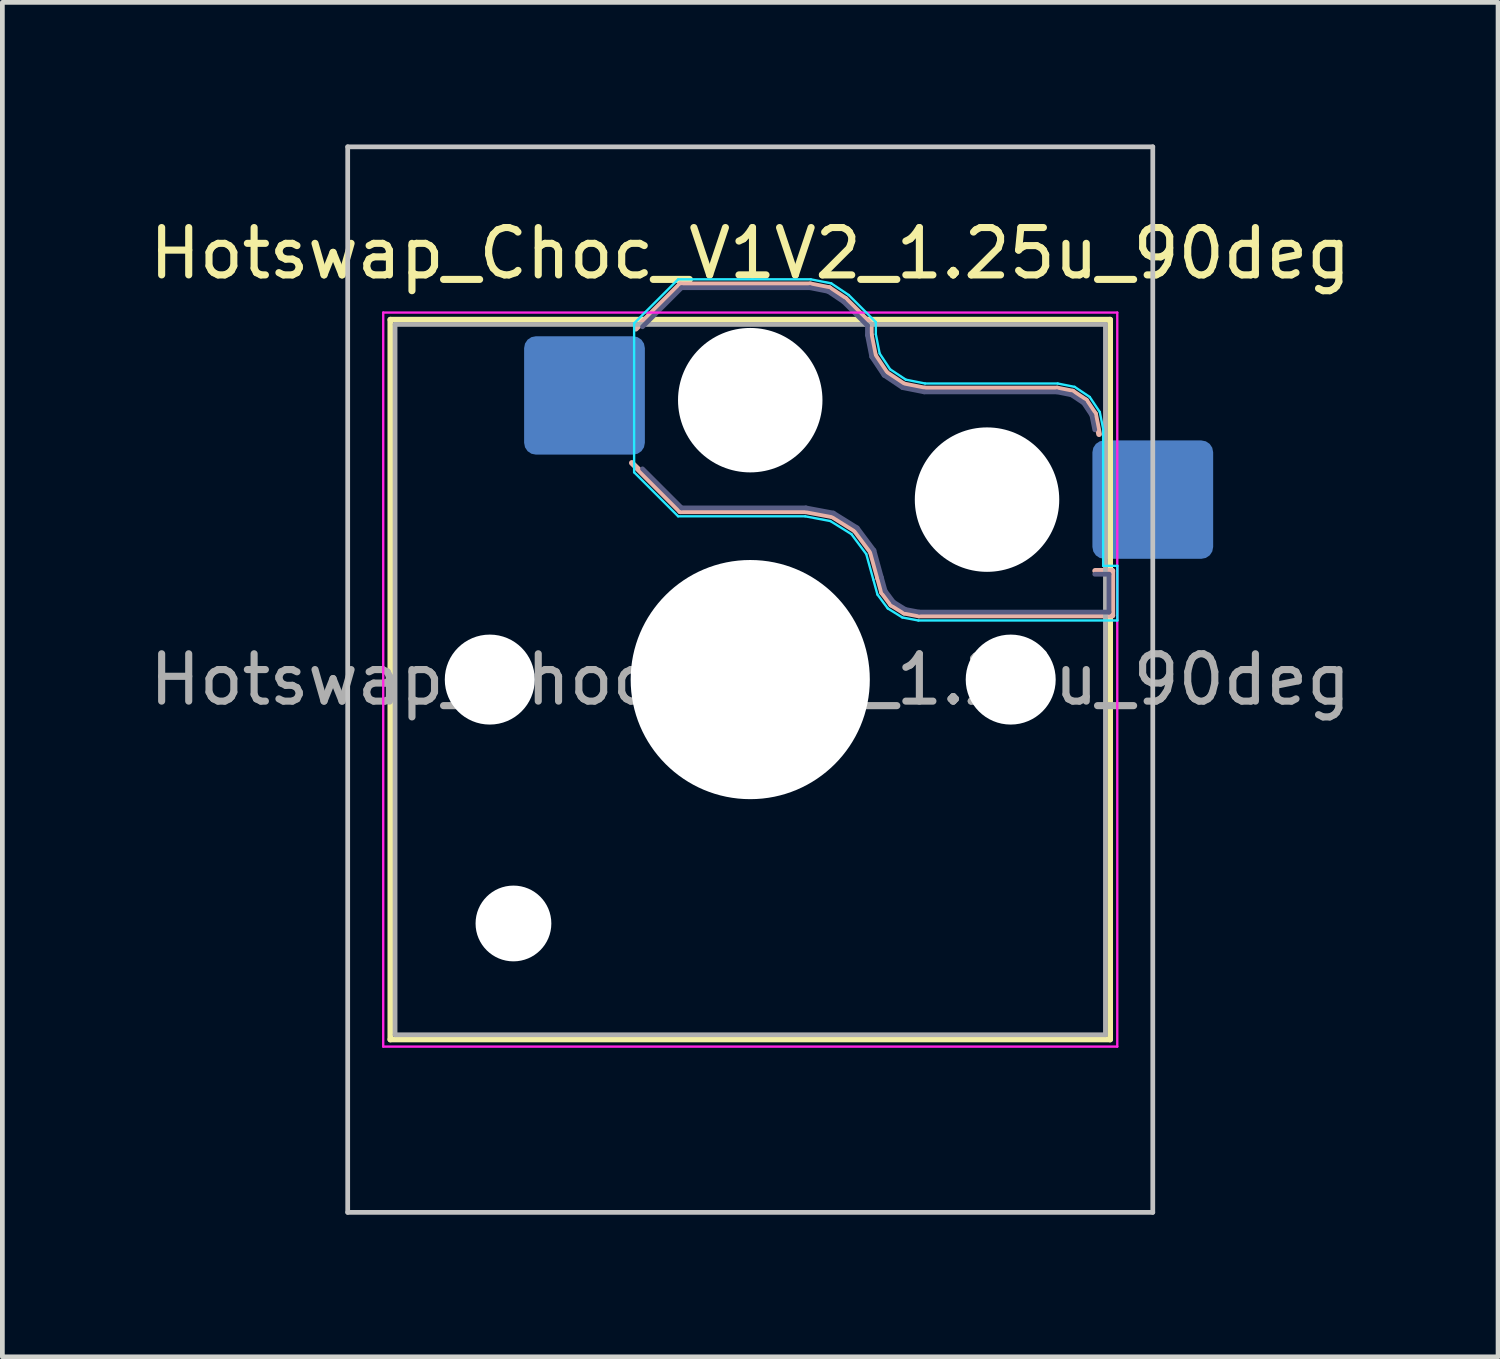
<source format=kicad_pcb>
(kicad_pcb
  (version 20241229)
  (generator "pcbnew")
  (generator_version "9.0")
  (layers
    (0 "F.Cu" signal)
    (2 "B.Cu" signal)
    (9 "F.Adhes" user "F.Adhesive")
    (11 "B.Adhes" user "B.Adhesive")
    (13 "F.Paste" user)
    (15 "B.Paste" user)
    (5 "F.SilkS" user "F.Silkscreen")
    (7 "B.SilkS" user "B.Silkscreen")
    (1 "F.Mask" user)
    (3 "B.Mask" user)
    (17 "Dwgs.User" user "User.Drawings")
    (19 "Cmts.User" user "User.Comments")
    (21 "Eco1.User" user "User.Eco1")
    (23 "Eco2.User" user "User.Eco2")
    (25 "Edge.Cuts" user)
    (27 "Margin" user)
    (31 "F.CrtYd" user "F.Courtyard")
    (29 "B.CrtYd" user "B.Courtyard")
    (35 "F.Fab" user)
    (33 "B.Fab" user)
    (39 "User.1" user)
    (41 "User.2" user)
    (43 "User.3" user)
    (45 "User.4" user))
  (footprint "Hotswap_Choc_V1V2_1.25u_90deg"
    (layer "F.Cu")
    (at 12.792 11.3)
    (property "Reference" "Hotswap_Choc_V1V2_1.25u_90deg" (at 0 -9 0) (layer "F.SilkS") (effects (font (size 1 1) (thickness 0.15))))
    (attr smd)
    (fp_line (start -7.6 -7.6) (end -7.6 7.6) (stroke (width 0.12) (type solid)) (layer "F.SilkS"))
    (fp_line (start -7.6 7.6) (end 7.6 7.6) (stroke (width 0.12) (type solid)) (layer "F.SilkS"))
    (fp_line (start 7.6 -7.6) (end -7.6 -7.6) (stroke (width 0.12) (type solid)) (layer "F.SilkS"))
    (fp_line (start 7.6 7.6) (end 7.6 -7.6) (stroke (width 0.12) (type solid)) (layer "F.SilkS"))
    (fp_line (start -2.416 -7.409) (end -1.479 -8.346) (stroke (width 0.12) (type solid)) (layer "B.SilkS"))
    (fp_line (start -1.479 -8.346) (end 1.268 -8.346) (stroke (width 0.12) (type solid)) (layer "B.SilkS"))
    (fp_line (start -1.479 -3.554) (end -2.5 -4.575) (stroke (width 0.12) (type solid)) (layer "B.SilkS"))
    (fp_line (start 1.168 -3.554) (end -1.479 -3.554) (stroke (width 0.12) (type solid)) (layer "B.SilkS"))
    (fp_line (start 1.268 -8.346) (end 1.671 -8.266) (stroke (width 0.12) (type solid)) (layer "B.SilkS"))
    (fp_line (start 1.671 -8.266) (end 2.013 -8.037) (stroke (width 0.12) (type solid)) (layer "B.SilkS"))
    (fp_line (start 1.73 -3.449) (end 1.168 -3.554) (stroke (width 0.12) (type solid)) (layer "B.SilkS"))
    (fp_line (start 2.013 -8.037) (end 2.546 -7.504) (stroke (width 0.12) (type solid)) (layer "B.SilkS"))
    (fp_line (start 2.209 -3.15) (end 1.73 -3.449) (stroke (width 0.12) (type solid)) (layer "B.SilkS"))
    (fp_line (start 2.546 -7.504) (end 2.546 -7.282) (stroke (width 0.12) (type solid)) (layer "B.SilkS"))
    (fp_line (start 2.546 -7.282) (end 2.633 -6.844) (stroke (width 0.12) (type solid)) (layer "B.SilkS"))
    (fp_line (start 2.547 -2.697) (end 2.209 -3.15) (stroke (width 0.12) (type solid)) (layer "B.SilkS"))
    (fp_line (start 2.633 -6.844) (end 2.877 -6.477) (stroke (width 0.12) (type solid)) (layer "B.SilkS"))
    (fp_line (start 2.701 -2.139) (end 2.547 -2.697) (stroke (width 0.12) (type solid)) (layer "B.SilkS"))
    (fp_line (start 2.783 -1.841) (end 2.701 -2.139) (stroke (width 0.12) (type solid)) (layer "B.SilkS"))
    (fp_line (start 2.877 -6.477) (end 3.244 -6.233) (stroke (width 0.12) (type solid)) (layer "B.SilkS"))
    (fp_line (start 2.976 -1.583) (end 2.783 -1.841) (stroke (width 0.12) (type solid)) (layer "B.SilkS"))
    (fp_line (start 3.244 -6.233) (end 3.682 -6.146) (stroke (width 0.12) (type solid)) (layer "B.SilkS"))
    (fp_line (start 3.25 -1.413) (end 2.976 -1.583) (stroke (width 0.12) (type solid)) (layer "B.SilkS"))
    (fp_line (start 3.56 -1.354) (end 3.25 -1.413) (stroke (width 0.12) (type solid)) (layer "B.SilkS"))
    (fp_line (start 3.682 -6.146) (end 6.482 -6.146) (stroke (width 0.12) (type solid)) (layer "B.SilkS"))
    (fp_line (start 6.482 -6.146) (end 6.809 -6.081) (stroke (width 0.12) (type solid)) (layer "B.SilkS"))
    (fp_line (start 6.809 -6.081) (end 7.092 -5.892) (stroke (width 0.12) (type solid)) (layer "B.SilkS"))
    (fp_line (start 7.092 -5.892) (end 7.281 -5.609) (stroke (width 0.12) (type solid)) (layer "B.SilkS"))
    (fp_line (start 7.281 -5.609) (end 7.366 -5.182) (stroke (width 0.12) (type solid)) (layer "B.SilkS"))
    (fp_line (start 7.283 -2.296) (end 7.646 -2.296) (stroke (width 0.12) (type solid)) (layer "B.SilkS"))
    (fp_line (start 7.646 -2.296) (end 7.646 -1.354) (stroke (width 0.12) (type solid)) (layer "B.SilkS"))
    (fp_line (start 7.646 -1.354) (end 3.56 -1.354) (stroke (width 0.12) (type solid)) (layer "B.SilkS"))
    (fp_line (start -8.5 -11.25) (end 8.5 -11.25) (stroke (width 0.1) (type solid)) (layer "Dwgs.User"))
    (fp_line (start -8.5 11.25) (end -8.5 -11.25) (stroke (width 0.1) (type solid)) (layer "Dwgs.User"))
    (fp_line (start 8.5 -11.25) (end 8.5 11.25) (stroke (width 0.1) (type solid)) (layer "Dwgs.User"))
    (fp_line (start 8.5 11.25) (end -8.5 11.25) (stroke (width 0.1) (type solid)) (layer "Dwgs.User"))
    (fp_line (start -7.25 -7.25) (end -7.25 7.25) (stroke (width 0.1) (type solid)) (layer "Eco1.User"))
    (fp_line (start -7.25 7.25) (end 7.25 7.25) (stroke (width 0.1) (type solid)) (layer "Eco1.User"))
    (fp_line (start 7.25 -7.25) (end -7.25 -7.25) (stroke (width 0.1) (type solid)) (layer "Eco1.User"))
    (fp_line (start 7.25 7.25) (end 7.25 -7.25) (stroke (width 0.1) (type solid)) (layer "Eco1.User"))
    (fp_line (start -2.452 -7.523) (end -1.523 -8.452) (stroke (width 0.05) (type solid)) (layer "B.CrtYd"))
    (fp_line (start -2.452 -4.377) (end -2.452 -7.523) (stroke (width 0.05) (type solid)) (layer "B.CrtYd"))
    (fp_line (start -1.523 -8.452) (end 1.278 -8.452) (stroke (width 0.05) (type solid)) (layer "B.CrtYd"))
    (fp_line (start -1.523 -3.448) (end -2.452 -4.377) (stroke (width 0.05) (type solid)) (layer "B.CrtYd"))
    (fp_line (start 1.159 -3.448) (end -1.523 -3.448) (stroke (width 0.05) (type solid)) (layer "B.CrtYd"))
    (fp_line (start 1.278 -8.452) (end 1.712 -8.366) (stroke (width 0.05) (type solid)) (layer "B.CrtYd"))
    (fp_line (start 1.691 -3.348) (end 1.159 -3.448) (stroke (width 0.05) (type solid)) (layer "B.CrtYd"))
    (fp_line (start 1.712 -8.366) (end 2.081 -8.119) (stroke (width 0.05) (type solid)) (layer "B.CrtYd"))
    (fp_line (start 2.081 -8.119) (end 2.652 -7.548) (stroke (width 0.05) (type solid)) (layer "B.CrtYd"))
    (fp_line (start 2.136 -3.071) (end 1.691 -3.348) (stroke (width 0.05) (type solid)) (layer "B.CrtYd"))
    (fp_line (start 2.45 -2.65) (end 2.136 -3.071) (stroke (width 0.05) (type solid)) (layer "B.CrtYd"))
    (fp_line (start 2.599 -2.111) (end 2.45 -2.65) (stroke (width 0.05) (type solid)) (layer "B.CrtYd"))
    (fp_line (start 2.652 -7.548) (end 2.652 -7.292) (stroke (width 0.05) (type solid)) (layer "B.CrtYd"))
    (fp_line (start 2.652 -7.292) (end 2.733 -6.885) (stroke (width 0.05) (type solid)) (layer "B.CrtYd"))
    (fp_line (start 2.687 -1.794) (end 2.599 -2.111) (stroke (width 0.05) (type solid)) (layer "B.CrtYd"))
    (fp_line (start 2.733 -6.885) (end 2.953 -6.553) (stroke (width 0.05) (type solid)) (layer "B.CrtYd"))
    (fp_line (start 2.903 -1.503) (end 2.687 -1.794) (stroke (width 0.05) (type solid)) (layer "B.CrtYd"))
    (fp_line (start 2.953 -6.553) (end 3.285 -6.333) (stroke (width 0.05) (type solid)) (layer "B.CrtYd"))
    (fp_line (start 3.211 -1.312) (end 2.903 -1.503) (stroke (width 0.05) (type solid)) (layer "B.CrtYd"))
    (fp_line (start 3.285 -6.333) (end 3.692 -6.252) (stroke (width 0.05) (type solid)) (layer "B.CrtYd"))
    (fp_line (start 3.55 -1.248) (end 3.211 -1.312) (stroke (width 0.05) (type solid)) (layer "B.CrtYd"))
    (fp_line (start 3.692 -6.252) (end 6.492 -6.252) (stroke (width 0.05) (type solid)) (layer "B.CrtYd"))
    (fp_line (start 6.492 -6.252) (end 6.85 -6.181) (stroke (width 0.05) (type solid)) (layer "B.CrtYd"))
    (fp_line (start 6.85 -6.181) (end 7.168 -5.968) (stroke (width 0.05) (type solid)) (layer "B.CrtYd"))
    (fp_line (start 7.168 -5.968) (end 7.381 -5.65) (stroke (width 0.05) (type solid)) (layer "B.CrtYd"))
    (fp_line (start 7.381 -5.65) (end 7.452 -5.292) (stroke (width 0.05) (type solid)) (layer "B.CrtYd"))
    (fp_line (start 7.452 -5.292) (end 7.452 -2.402) (stroke (width 0.05) (type solid)) (layer "B.CrtYd"))
    (fp_line (start 7.452 -2.402) (end 7.752 -2.402) (stroke (width 0.05) (type solid)) (layer "B.CrtYd"))
    (fp_line (start 7.752 -2.402) (end 7.752 -1.248) (stroke (width 0.05) (type solid)) (layer "B.CrtYd"))
    (fp_line (start 7.752 -1.248) (end 3.55 -1.248) (stroke (width 0.05) (type solid)) (layer "B.CrtYd"))
    (fp_line (start -7.75 -7.75) (end -7.75 7.75) (stroke (width 0.05) (type solid)) (layer "F.CrtYd"))
    (fp_line (start -7.75 7.75) (end 7.75 7.75) (stroke (width 0.05) (type solid)) (layer "F.CrtYd"))
    (fp_line (start 7.75 -7.75) (end -7.75 -7.75) (stroke (width 0.05) (type solid)) (layer "F.CrtYd"))
    (fp_line (start 7.75 7.75) (end 7.75 -7.75) (stroke (width 0.05) (type solid)) (layer "F.CrtYd"))
    (fp_line (start -2.275 -7.45) (end -1.45 -8.275) (stroke (width 0.1) (type solid)) (layer "B.Fab"))
    (fp_line (start -1.45 -8.275) (end 1.261 -8.275) (stroke (width 0.1) (type solid)) (layer "B.Fab"))
    (fp_line (start -1.45 -3.625) (end -2.275 -4.45) (stroke (width 0.1) (type solid)) (layer "B.Fab"))
    (fp_line (start 1.175 -3.625) (end -1.45 -3.625) (stroke (width 0.1) (type solid)) (layer "B.Fab"))
    (fp_line (start 1.261 -8.275) (end 1.643 -8.199) (stroke (width 0.1) (type solid)) (layer "B.Fab"))
    (fp_line (start 1.643 -8.199) (end 1.968 -7.982) (stroke (width 0.1) (type solid)) (layer "B.Fab"))
    (fp_line (start 1.756 -3.516) (end 1.175 -3.625) (stroke (width 0.1) (type solid)) (layer "B.Fab"))
    (fp_line (start 1.968 -7.982) (end 2.475 -7.475) (stroke (width 0.1) (type solid)) (layer "B.Fab"))
    (fp_line (start 2.258 -3.203) (end 1.756 -3.516) (stroke (width 0.1) (type solid)) (layer "B.Fab"))
    (fp_line (start 2.475 -7.475) (end 2.475 -7.275) (stroke (width 0.1) (type solid)) (layer "B.Fab"))
    (fp_line (start 2.475 -7.275) (end 2.566 -6.816) (stroke (width 0.1) (type solid)) (layer "B.Fab"))
    (fp_line (start 2.566 -6.816) (end 2.826 -6.426) (stroke (width 0.1) (type solid)) (layer "B.Fab"))
    (fp_line (start 2.612 -2.729) (end 2.258 -3.203) (stroke (width 0.1) (type solid)) (layer "B.Fab"))
    (fp_line (start 2.769 -2.158) (end 2.612 -2.729) (stroke (width 0.1) (type solid)) (layer "B.Fab"))
    (fp_line (start 2.826 -6.426) (end 3.216 -6.166) (stroke (width 0.1) (type solid)) (layer "B.Fab"))
    (fp_line (start 2.848 -1.873) (end 2.769 -2.158) (stroke (width 0.1) (type solid)) (layer "B.Fab"))
    (fp_line (start 3.025 -1.636) (end 2.848 -1.873) (stroke (width 0.1) (type solid)) (layer "B.Fab"))
    (fp_line (start 3.216 -6.166) (end 3.675 -6.075) (stroke (width 0.1) (type solid)) (layer "B.Fab"))
    (fp_line (start 3.276 -1.48) (end 3.025 -1.636) (stroke (width 0.1) (type solid)) (layer "B.Fab"))
    (fp_line (start 3.567 -1.425) (end 3.276 -1.48) (stroke (width 0.1) (type solid)) (layer "B.Fab"))
    (fp_line (start 3.675 -6.075) (end 6.475 -6.075) (stroke (width 0.1) (type solid)) (layer "B.Fab"))
    (fp_line (start 6.475 -6.075) (end 6.781 -6.014) (stroke (width 0.1) (type solid)) (layer "B.Fab"))
    (fp_line (start 6.781 -6.014) (end 7.041 -5.841) (stroke (width 0.1) (type solid)) (layer "B.Fab"))
    (fp_line (start 7.041 -5.841) (end 7.214 -5.581) (stroke (width 0.1) (type solid)) (layer "B.Fab"))
    (fp_line (start 7.214 -5.581) (end 7.275 -5.275) (stroke (width 0.1) (type solid)) (layer "B.Fab"))
    (fp_line (start 7.275 -2.225) (end 7.575 -2.225) (stroke (width 0.1) (type solid)) (layer "B.Fab"))
    (fp_line (start 7.575 -2.225) (end 7.575 -1.425) (stroke (width 0.1) (type solid)) (layer "B.Fab"))
    (fp_line (start 7.575 -1.425) (end 3.567 -1.425) (stroke (width 0.1) (type solid)) (layer "B.Fab"))
    (fp_line (start -7.5 -7.5) (end -7.5 7.5) (stroke (width 0.1) (type solid)) (layer "F.Fab"))
    (fp_line (start -7.5 7.5) (end 7.5 7.5) (stroke (width 0.1) (type solid)) (layer "F.Fab"))
    (fp_line (start 7.5 -7.5) (end -7.5 -7.5) (stroke (width 0.1) (type solid)) (layer "F.Fab"))
    (fp_line (start 7.5 7.5) (end 7.5 -7.5) (stroke (width 0.1) (type solid)) (layer "F.Fab"))
    (fp_text user "${REFERENCE}" (at 0 0 0) (layer "F.Fab") (effects (font (size 1 1) (thickness 0.15))))
    (pad "" np_thru_hole circle (at -5.5 0) (size 1.9 1.9) (drill 1.9) (layers "*.Cu" "*.Mask"))
    (pad "" np_thru_hole circle (at -5 5.15) (size 1.6 1.6) (drill 1.6) (layers "*.Cu" "*.Mask"))
    (pad "" np_thru_hole circle (at 0 -5.9) (size 3.05 3.05) (drill 3.05) (layers "*.Cu" "*.Mask"))
    (pad "" np_thru_hole circle (at 0 0) (size 5.05 5.05) (drill 5.05) (layers "*.Cu" "*.Mask"))
    (pad "" np_thru_hole circle (at 5 -3.8) (size 3.05 3.05) (drill 3.05) (layers "*.Cu" "*.Mask"))
    (pad "" np_thru_hole circle (at 5.5 0) (size 1.9 1.9) (drill 1.9) (layers "*.Cu" "*.Mask"))
    (pad "1" smd roundrect (at -3.5 -6) (size 2.55 2.5) (layers "B.Cu" "B.Mask" "B.Paste") (roundrect_rratio 0.1))
    (pad "2" smd roundrect (at 8.5 -3.8) (size 2.55 2.5) (layers "B.Cu" "B.Mask" "B.Paste") (roundrect_rratio 0.1)))
  (gr_rect
    (start -3 -3)
    (end 28.583 25.6)
    (stroke (width 0.1) (type default))
    (fill no)
    (layer "Edge.Cuts")))
</source>
